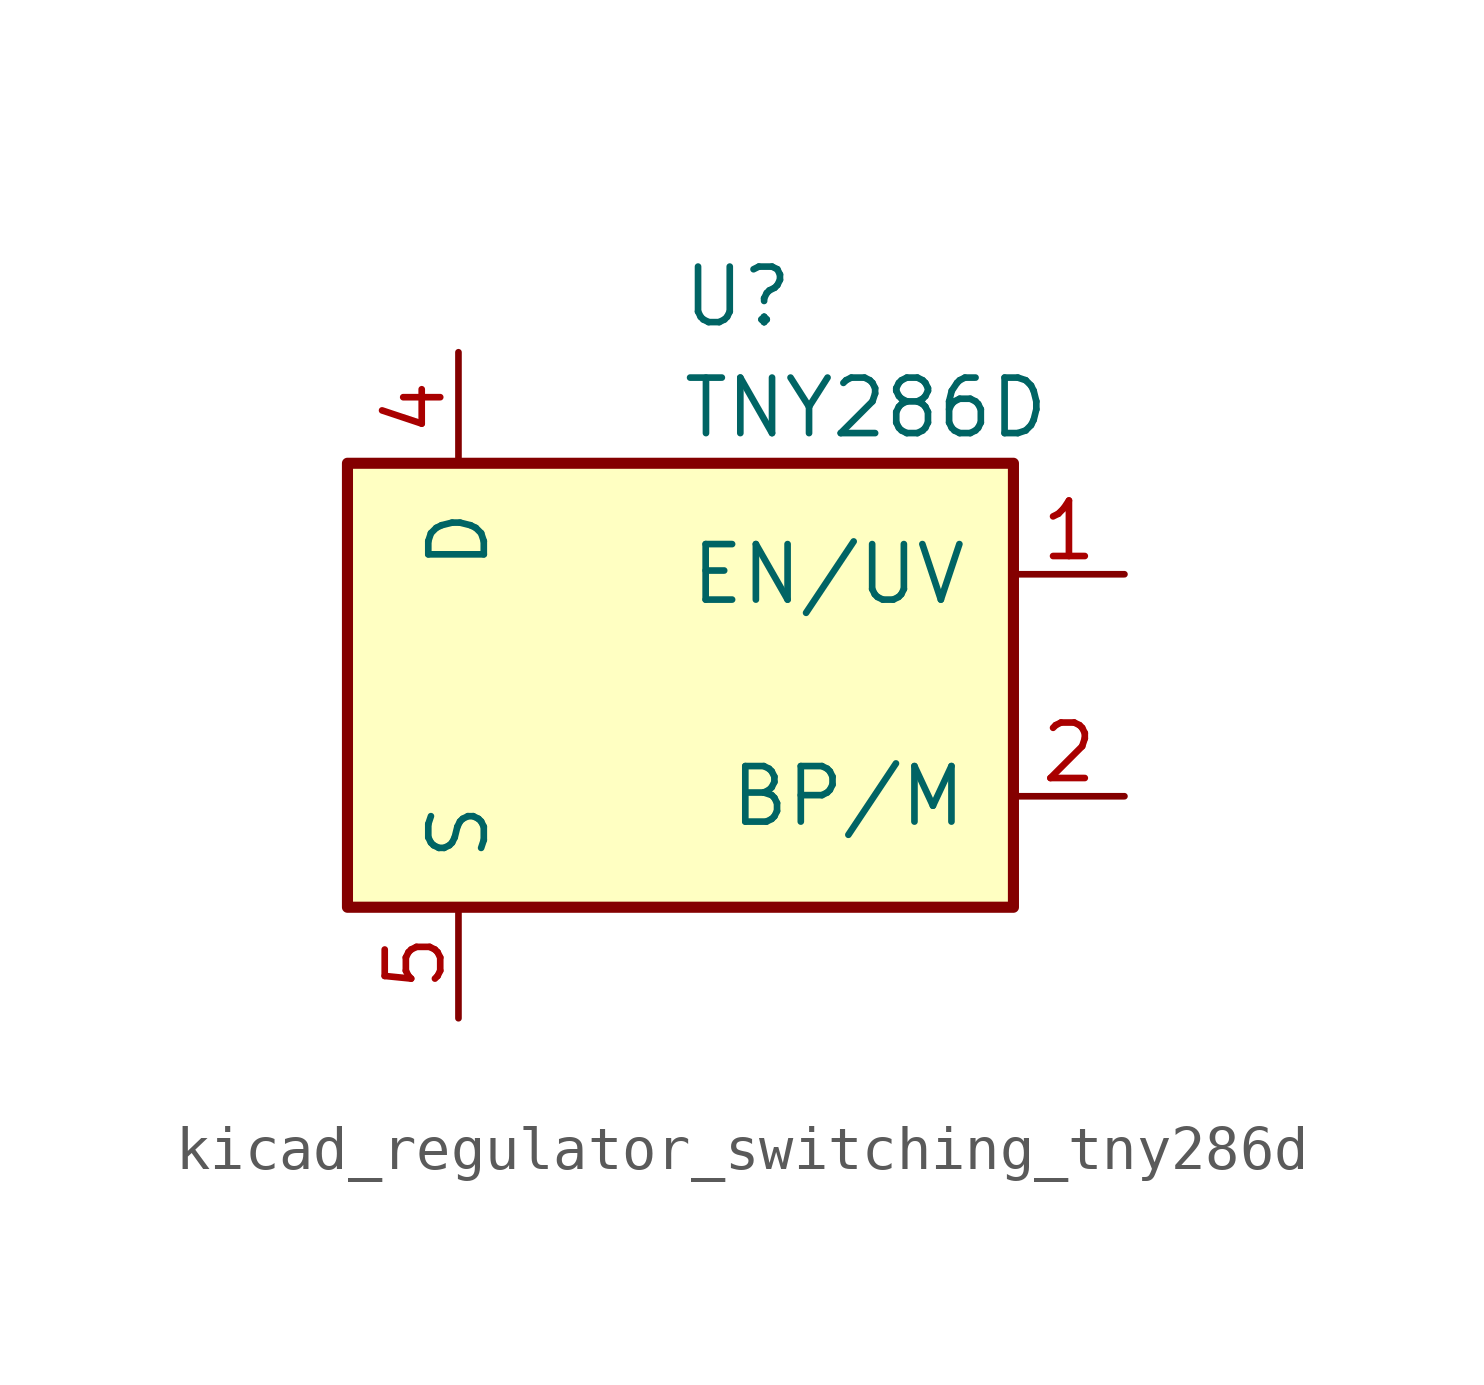
<source format=kicad_sym>
(kicad_symbol_lib
  (version 20220914)
  (generator kicad_symbol_editor)
  (symbol "kicad_regulator_switching_tny286d"
    (pin_names
      (offset 1.016))
    (property "Reference" "U"
      (at 0 8.89 0)
      (effects (font (size 1.27 1.27)) (justify left)))
    (property "Value" "TNY286D"
      (at 0 6.35 0)
      (effects (font (size 1.27 1.27)) (justify left)))
    (symbol "kicad_regulator_switching_tny286d_0_1"
      (rectangle (start -7.62 5.08) (end 7.62 -5.08) (stroke (width 0.254) (type default)) (fill (type background))))
    (symbol "kicad_regulator_switching_tny286d_1_1"
      (pin input line (at 10.16 2.54 180) (length 2.54) (name "EN/UV" (effects (font (size 1.27 1.27)))) (number "1" (effects (font (size 1.27 1.27)))))
      (pin input line (at 10.16 -2.54 180) (length 2.54) (name "BP/M" (effects (font (size 1.27 1.27)))) (number "2" (effects (font (size 1.27 1.27)))))
      (pin open_collector line (at -5.08 7.62 270) (length 2.54) (name "D" (effects (font (size 1.27 1.27)))) (number "4" (effects (font (size 1.27 1.27)))))
      (pin power_in line (at -5.08 -7.62 90) (length 2.54) (name "S" (effects (font (size 1.27 1.27)))) (number "5" (effects (font (size 1.27 1.27)))))
      (pin passive line (at -5.08 -7.62 90) (length 2.54) hide (name "S" (effects (font (size 1.27 1.27)))) (number "6" (effects (font (size 1.27 1.27)))))
      (pin passive line (at -5.08 -7.62 90) (length 2.54) hide (name "S" (effects (font (size 1.27 1.27)))) (number "7" (effects (font (size 1.27 1.27)))))
      (pin passive line (at -5.08 -7.62 90) (length 2.54) hide (name "S" (effects (font (size 1.27 1.27)))) (number "8" (effects (font (size 1.27 1.27))))))))
</source>
